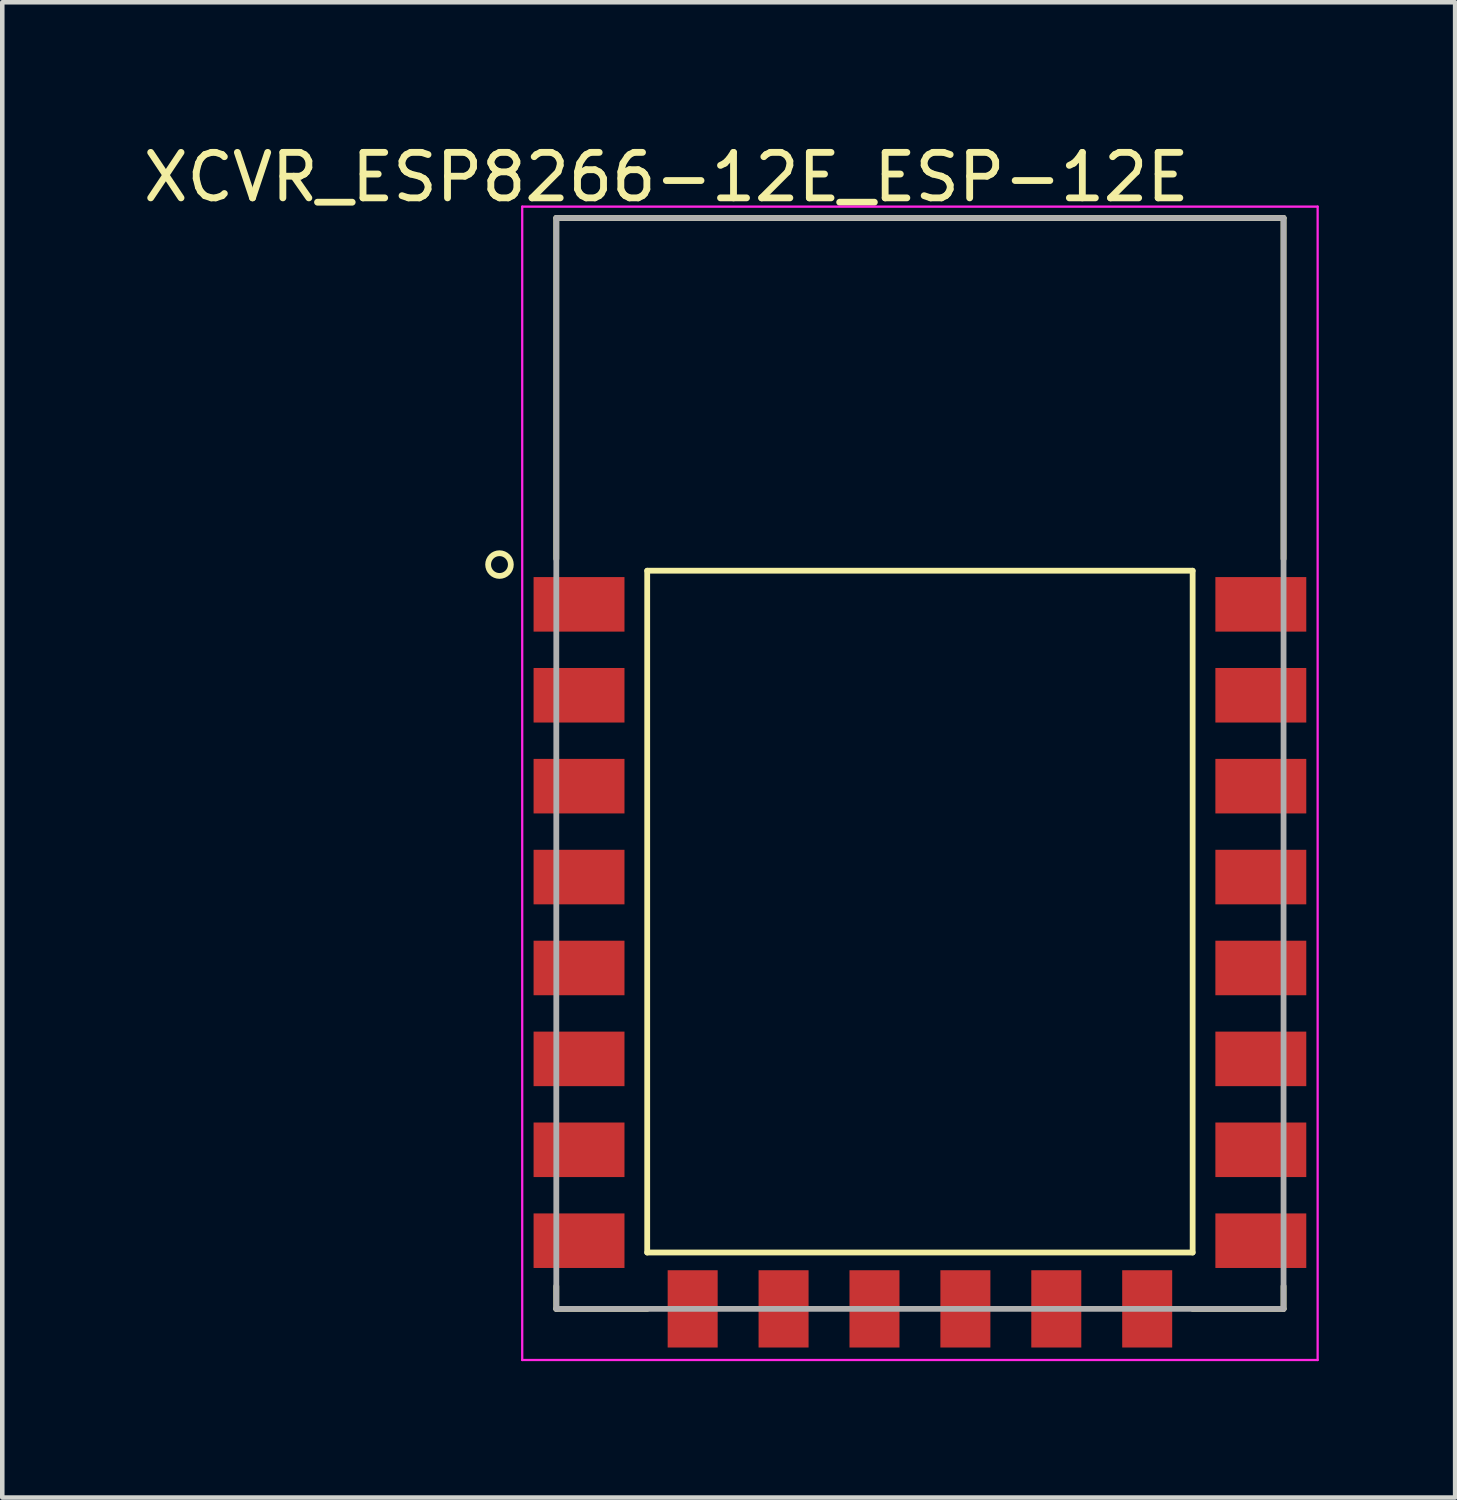
<source format=kicad_pcb>
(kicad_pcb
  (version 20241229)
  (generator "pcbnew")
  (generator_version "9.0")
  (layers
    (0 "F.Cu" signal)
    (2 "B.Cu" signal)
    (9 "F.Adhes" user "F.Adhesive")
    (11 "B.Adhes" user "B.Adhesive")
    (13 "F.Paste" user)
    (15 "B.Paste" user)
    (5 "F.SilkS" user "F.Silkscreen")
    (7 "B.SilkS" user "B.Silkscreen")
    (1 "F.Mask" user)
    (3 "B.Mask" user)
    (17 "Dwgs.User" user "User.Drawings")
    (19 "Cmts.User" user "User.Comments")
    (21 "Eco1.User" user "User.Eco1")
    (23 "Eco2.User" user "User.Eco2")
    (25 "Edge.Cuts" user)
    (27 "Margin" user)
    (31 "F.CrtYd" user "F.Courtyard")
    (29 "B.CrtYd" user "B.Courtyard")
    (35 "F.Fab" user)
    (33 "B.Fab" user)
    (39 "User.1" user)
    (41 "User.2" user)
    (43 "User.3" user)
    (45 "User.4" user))
  (footprint "XCVR_ESP8266-12E_ESP-12E"
    (layer "F.Cu")
    (at 17.189 17.246)
    (property "Reference" "XCVR_ESP8266-12E_ESP-12E" (at -5.579 -16.398 0) (layer "F.SilkS") (effects (font (size 1.001 1.001) (thickness 0.15))))
    (attr smd)
    (fp_line (start -8 -15.5) (end 8 -15.5) (stroke (width 0.127) (type solid)) (layer "F.SilkS"))
    (fp_line (start -8 -8) (end -8 -15.5) (stroke (width 0.127) (type solid)) (layer "F.SilkS"))
    (fp_line (start -8 8) (end -8 8.5) (stroke (width 0.127) (type solid)) (layer "F.SilkS"))
    (fp_line (start -8 8.5) (end -6 8.5) (stroke (width 0.127) (type solid)) (layer "F.SilkS"))
    (fp_line (start -6 -7.74) (end 6 -7.74) (stroke (width 0.127) (type solid)) (layer "F.SilkS"))
    (fp_line (start -6 7.26) (end -6 -7.74) (stroke (width 0.127) (type solid)) (layer "F.SilkS"))
    (fp_line (start 6 -7.74) (end 6 7.26) (stroke (width 0.127) (type solid)) (layer "F.SilkS"))
    (fp_line (start 6 7.26) (end -6 7.26) (stroke (width 0.127) (type solid)) (layer "F.SilkS"))
    (fp_line (start 8 -15.5) (end 8 -8) (stroke (width 0.127) (type solid)) (layer "F.SilkS"))
    (fp_line (start 8 8) (end 8 8.5) (stroke (width 0.127) (type solid)) (layer "F.SilkS"))
    (fp_line (start 8 8.5) (end 6 8.5) (stroke (width 0.127) (type solid)) (layer "F.SilkS"))
    (fp_circle (center -9.25 -7.875) (end -9 -7.875) (stroke (width 0.127) (type solid)) (fill no) (layer "F.SilkS"))
    (fp_line (start -8.75 -15.75) (end -8.75 9.625) (stroke (width 0.05) (type solid)) (layer "F.CrtYd"))
    (fp_line (start -8.75 9.625) (end 8.75 9.625) (stroke (width 0.05) (type solid)) (layer "F.CrtYd"))
    (fp_line (start 8.75 -15.75) (end -8.75 -15.75) (stroke (width 0.05) (type solid)) (layer "F.CrtYd"))
    (fp_line (start 8.75 9.625) (end 8.75 -15.75) (stroke (width 0.05) (type solid)) (layer "F.CrtYd"))
    (fp_line (start -8 -15.5) (end 8 -15.5) (stroke (width 0.127) (type solid)) (layer "F.Fab"))
    (fp_line (start -8 8.5) (end -8 -15.5) (stroke (width 0.127) (type solid)) (layer "F.Fab"))
    (fp_line (start 8 -15.5) (end 8 8.5) (stroke (width 0.127) (type solid)) (layer "F.Fab"))
    (fp_line (start 8 8.5) (end -8 8.5) (stroke (width 0.127) (type solid)) (layer "F.Fab"))
    (pad "1" smd rect (at -7.5 -7) (size 2 1.2) (layers "F.Cu" "F.Mask" "F.Paste"))
    (pad "2" smd rect (at -7.5 -5) (size 2 1.2) (layers "F.Cu" "F.Mask" "F.Paste"))
    (pad "3" smd rect (at -7.5 -3) (size 2 1.2) (layers "F.Cu" "F.Mask" "F.Paste"))
    (pad "4" smd rect (at -7.5 -1) (size 2 1.2) (layers "F.Cu" "F.Mask" "F.Paste"))
    (pad "5" smd rect (at -7.5 1) (size 2 1.2) (layers "F.Cu" "F.Mask" "F.Paste"))
    (pad "6" smd rect (at -7.5 3) (size 2 1.2) (layers "F.Cu" "F.Mask" "F.Paste"))
    (pad "7" smd rect (at -7.5 5) (size 2 1.2) (layers "F.Cu" "F.Mask" "F.Paste"))
    (pad "8" smd rect (at -7.5 7) (size 2 1.2) (layers "F.Cu" "F.Mask" "F.Paste"))
    (pad "9" smd rect (at -5 8.5) (size 1.1 1.7) (layers "F.Cu" "F.Mask" "F.Paste"))
    (pad "10" smd rect (at -3 8.5) (size 1.1 1.7) (layers "F.Cu" "F.Mask" "F.Paste"))
    (pad "11" smd rect (at -1 8.5) (size 1.1 1.7) (layers "F.Cu" "F.Mask" "F.Paste"))
    (pad "12" smd rect (at 1 8.5) (size 1.1 1.7) (layers "F.Cu" "F.Mask" "F.Paste"))
    (pad "13" smd rect (at 3 8.5) (size 1.1 1.7) (layers "F.Cu" "F.Mask" "F.Paste"))
    (pad "14" smd rect (at 5 8.5) (size 1.1 1.7) (layers "F.Cu" "F.Mask" "F.Paste"))
    (pad "15" smd rect (at 7.5 7) (size 2 1.2) (layers "F.Cu" "F.Mask" "F.Paste"))
    (pad "16" smd rect (at 7.5 5) (size 2 1.2) (layers "F.Cu" "F.Mask" "F.Paste"))
    (pad "17" smd rect (at 7.5 3) (size 2 1.2) (layers "F.Cu" "F.Mask" "F.Paste"))
    (pad "18" smd rect (at 7.5 1) (size 2 1.2) (layers "F.Cu" "F.Mask" "F.Paste"))
    (pad "19" smd rect (at 7.5 -1) (size 2 1.2) (layers "F.Cu" "F.Mask" "F.Paste"))
    (pad "20" smd rect (at 7.5 -3) (size 2 1.2) (layers "F.Cu" "F.Mask" "F.Paste"))
    (pad "21" smd rect (at 7.5 -5) (size 2 1.2) (layers "F.Cu" "F.Mask" "F.Paste"))
    (pad "22" smd rect (at 7.5 -7) (size 2 1.2) (layers "F.Cu" "F.Mask" "F.Paste"))
    (zone (net_name "") (layer "F.Cu") (hatch full 0.508) (connect_pads) (min_thickness 0.01) (filled_areas_thickness no) (keepout (tracks not_allowed) (vias not_allowed) (pads not_allowed) (copperpour not_allowed) (footprints allowed)) (placement (enabled no)) (fill) (polygon (pts (xy 9.18 1.746) (xy 25.189 1.746) (xy 25.189 8.737) (xy 9.18 8.737))))
    (zone (net_name "") (layer "B.Cu") (hatch full 0.508) (connect_pads) (min_thickness 0.01) (filled_areas_thickness no) (keepout (tracks not_allowed) (vias not_allowed) (pads not_allowed) (copperpour not_allowed) (footprints allowed)) (placement (enabled no)) (fill) (polygon (pts (xy 9.18 1.746) (xy 25.189 1.746) (xy 25.189 8.737) (xy 9.18 8.737)))))
  (gr_rect
    (start -3 -3)
    (end 28.964 29.896)
    (stroke (width 0.1) (type default))
    (fill no)
    (layer "Edge.Cuts")))
</source>
